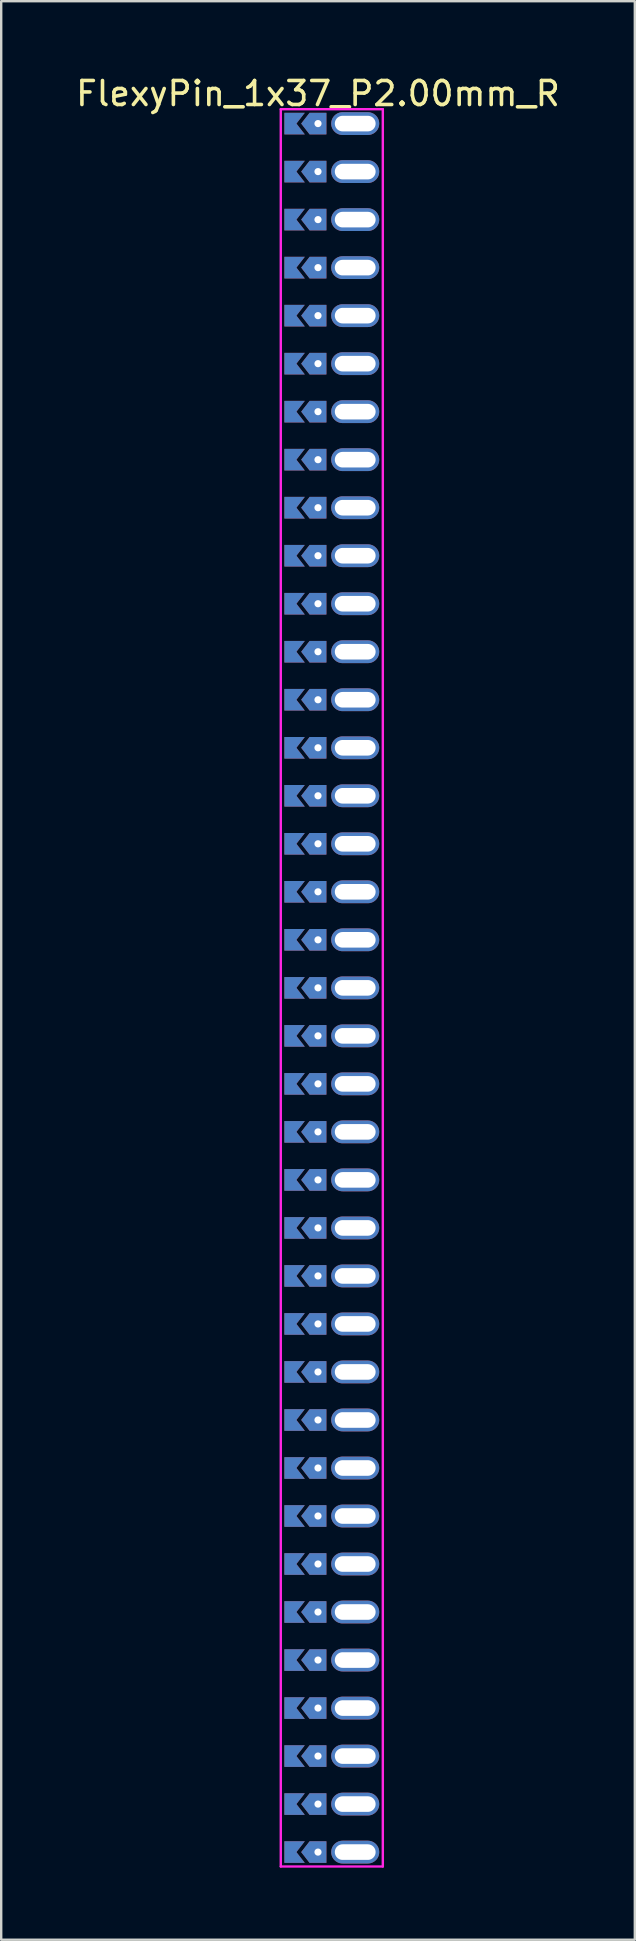
<source format=kicad_pcb>
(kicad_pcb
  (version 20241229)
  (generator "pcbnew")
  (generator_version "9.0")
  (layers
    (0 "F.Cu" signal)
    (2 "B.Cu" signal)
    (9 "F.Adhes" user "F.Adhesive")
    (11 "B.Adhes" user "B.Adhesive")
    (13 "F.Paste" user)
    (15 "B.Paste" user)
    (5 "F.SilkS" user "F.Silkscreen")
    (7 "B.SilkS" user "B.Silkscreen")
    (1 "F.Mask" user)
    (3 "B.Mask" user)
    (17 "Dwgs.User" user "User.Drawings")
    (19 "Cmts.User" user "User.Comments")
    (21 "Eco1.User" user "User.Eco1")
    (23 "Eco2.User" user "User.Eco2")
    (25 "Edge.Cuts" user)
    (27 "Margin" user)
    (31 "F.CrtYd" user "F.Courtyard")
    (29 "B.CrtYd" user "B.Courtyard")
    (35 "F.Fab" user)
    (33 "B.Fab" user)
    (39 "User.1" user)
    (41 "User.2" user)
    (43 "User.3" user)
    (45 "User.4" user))
  (footprint "FlexyPin_1x37_P2.00mm_R"
    (layer "F.Cu")
    (at 10.196 2.098)
    (property "Reference" "FlexyPin_1x37_P2.00mm_R" (at 0 -1.25 0) (layer "F.SilkS") (effects (font (size 1 1) (thickness 0.15))))
    (attr through_hole)
    (fp_line (start -1.55 -0.6) (end 2.7 -0.6) (stroke (width 0.1) (type solid)) (layer "F.CrtYd"))
    (fp_line (start -1.55 72.6) (end -1.55 -0.6) (stroke (width 0.1) (type solid)) (layer "F.CrtYd"))
    (fp_line (start 2.7 -0.6) (end 2.7 72.6) (stroke (width 0.1) (type solid)) (layer "F.CrtYd"))
    (fp_line (start 2.7 72.6) (end -1.55 72.6) (stroke (width 0.1) (type solid)) (layer "F.CrtYd"))
    (pad "" thru_hole custom (at 0 0) (size 0.3 0.3) (drill 0.6) (layers "*.Cu" "*.Mask") (options (anchor rect)) (primitives (gr_poly (pts (xy 0.35 0.45) (xy 0.35 -0.45) (xy -0.35 -0.45) (xy -0.7 0) (xy -0.35 0.45)) (width 0) (fill yes))))
    (pad "" thru_hole custom (at 0 2) (size 0.3 0.3) (drill 0.6) (layers "*.Cu" "*.Mask") (options (anchor rect)) (primitives (gr_poly (pts (xy 0.35 0.45) (xy 0.35 -0.45) (xy -0.35 -0.45) (xy -0.7 0) (xy -0.35 0.45)) (width 0) (fill yes))))
    (pad "" thru_hole custom (at 0 4) (size 0.3 0.3) (drill 0.6) (layers "*.Cu" "*.Mask") (options (anchor rect)) (primitives (gr_poly (pts (xy 0.35 0.45) (xy 0.35 -0.45) (xy -0.35 -0.45) (xy -0.7 0) (xy -0.35 0.45)) (width 0) (fill yes))))
    (pad "" thru_hole custom (at 0 6) (size 0.3 0.3) (drill 0.6) (layers "*.Cu" "*.Mask") (options (anchor rect)) (primitives (gr_poly (pts (xy 0.35 0.45) (xy 0.35 -0.45) (xy -0.35 -0.45) (xy -0.7 0) (xy -0.35 0.45)) (width 0) (fill yes))))
    (pad "" thru_hole custom (at 0 8) (size 0.3 0.3) (drill 0.6) (layers "*.Cu" "*.Mask") (options (anchor rect)) (primitives (gr_poly (pts (xy 0.35 0.45) (xy 0.35 -0.45) (xy -0.35 -0.45) (xy -0.7 0) (xy -0.35 0.45)) (width 0) (fill yes))))
    (pad "" thru_hole custom (at 0 10) (size 0.3 0.3) (drill 0.6) (layers "*.Cu" "*.Mask") (options (anchor rect)) (primitives (gr_poly (pts (xy 0.35 0.45) (xy 0.35 -0.45) (xy -0.35 -0.45) (xy -0.7 0) (xy -0.35 0.45)) (width 0) (fill yes))))
    (pad "" thru_hole custom (at 0 12) (size 0.3 0.3) (drill 0.6) (layers "*.Cu" "*.Mask") (options (anchor rect)) (primitives (gr_poly (pts (xy 0.35 0.45) (xy 0.35 -0.45) (xy -0.35 -0.45) (xy -0.7 0) (xy -0.35 0.45)) (width 0) (fill yes))))
    (pad "" thru_hole custom (at 0 14) (size 0.3 0.3) (drill 0.6) (layers "*.Cu" "*.Mask") (options (anchor rect)) (primitives (gr_poly (pts (xy 0.35 0.45) (xy 0.35 -0.45) (xy -0.35 -0.45) (xy -0.7 0) (xy -0.35 0.45)) (width 0) (fill yes))))
    (pad "" thru_hole custom (at 0 16) (size 0.3 0.3) (drill 0.6) (layers "*.Cu" "*.Mask") (options (anchor rect)) (primitives (gr_poly (pts (xy 0.35 0.45) (xy 0.35 -0.45) (xy -0.35 -0.45) (xy -0.7 0) (xy -0.35 0.45)) (width 0) (fill yes))))
    (pad "" thru_hole custom (at 0 18) (size 0.3 0.3) (drill 0.6) (layers "*.Cu" "*.Mask") (options (anchor rect)) (primitives (gr_poly (pts (xy 0.35 0.45) (xy 0.35 -0.45) (xy -0.35 -0.45) (xy -0.7 0) (xy -0.35 0.45)) (width 0) (fill yes))))
    (pad "" thru_hole custom (at 0 20) (size 0.3 0.3) (drill 0.6) (layers "*.Cu" "*.Mask") (options (anchor rect)) (primitives (gr_poly (pts (xy 0.35 0.45) (xy 0.35 -0.45) (xy -0.35 -0.45) (xy -0.7 0) (xy -0.35 0.45)) (width 0) (fill yes))))
    (pad "" thru_hole custom (at 0 22) (size 0.3 0.3) (drill 0.6) (layers "*.Cu" "*.Mask") (options (anchor rect)) (primitives (gr_poly (pts (xy 0.35 0.45) (xy 0.35 -0.45) (xy -0.35 -0.45) (xy -0.7 0) (xy -0.35 0.45)) (width 0) (fill yes))))
    (pad "" thru_hole custom (at 0 24) (size 0.3 0.3) (drill 0.6) (layers "*.Cu" "*.Mask") (options (anchor rect)) (primitives (gr_poly (pts (xy 0.35 0.45) (xy 0.35 -0.45) (xy -0.35 -0.45) (xy -0.7 0) (xy -0.35 0.45)) (width 0) (fill yes))))
    (pad "" thru_hole custom (at 0 26) (size 0.3 0.3) (drill 0.6) (layers "*.Cu" "*.Mask") (options (anchor rect)) (primitives (gr_poly (pts (xy 0.35 0.45) (xy 0.35 -0.45) (xy -0.35 -0.45) (xy -0.7 0) (xy -0.35 0.45)) (width 0) (fill yes))))
    (pad "" thru_hole custom (at 0 28) (size 0.3 0.3) (drill 0.6) (layers "*.Cu" "*.Mask") (options (anchor rect)) (primitives (gr_poly (pts (xy 0.35 0.45) (xy 0.35 -0.45) (xy -0.35 -0.45) (xy -0.7 0) (xy -0.35 0.45)) (width 0) (fill yes))))
    (pad "" thru_hole custom (at 0 30) (size 0.3 0.3) (drill 0.6) (layers "*.Cu" "*.Mask") (options (anchor rect)) (primitives (gr_poly (pts (xy 0.35 0.45) (xy 0.35 -0.45) (xy -0.35 -0.45) (xy -0.7 0) (xy -0.35 0.45)) (width 0) (fill yes))))
    (pad "" thru_hole custom (at 0 32) (size 0.3 0.3) (drill 0.6) (layers "*.Cu" "*.Mask") (options (anchor rect)) (primitives (gr_poly (pts (xy 0.35 0.45) (xy 0.35 -0.45) (xy -0.35 -0.45) (xy -0.7 0) (xy -0.35 0.45)) (width 0) (fill yes))))
    (pad "" thru_hole custom (at 0 34) (size 0.3 0.3) (drill 0.6) (layers "*.Cu" "*.Mask") (options (anchor rect)) (primitives (gr_poly (pts (xy 0.35 0.45) (xy 0.35 -0.45) (xy -0.35 -0.45) (xy -0.7 0) (xy -0.35 0.45)) (width 0) (fill yes))))
    (pad "" thru_hole custom (at 0 36) (size 0.3 0.3) (drill 0.6) (layers "*.Cu" "*.Mask") (options (anchor rect)) (primitives (gr_poly (pts (xy 0.35 0.45) (xy 0.35 -0.45) (xy -0.35 -0.45) (xy -0.7 0) (xy -0.35 0.45)) (width 0) (fill yes))))
    (pad "" thru_hole custom (at 0 38) (size 0.3 0.3) (drill 0.6) (layers "*.Cu" "*.Mask") (options (anchor rect)) (primitives (gr_poly (pts (xy 0.35 0.45) (xy 0.35 -0.45) (xy -0.35 -0.45) (xy -0.7 0) (xy -0.35 0.45)) (width 0) (fill yes))))
    (pad "" thru_hole custom (at 0 40) (size 0.3 0.3) (drill 0.6) (layers "*.Cu" "*.Mask") (options (anchor rect)) (primitives (gr_poly (pts (xy 0.35 0.45) (xy 0.35 -0.45) (xy -0.35 -0.45) (xy -0.7 0) (xy -0.35 0.45)) (width 0) (fill yes))))
    (pad "" thru_hole custom (at 0 42) (size 0.3 0.3) (drill 0.6) (layers "*.Cu" "*.Mask") (options (anchor rect)) (primitives (gr_poly (pts (xy 0.35 0.45) (xy 0.35 -0.45) (xy -0.35 -0.45) (xy -0.7 0) (xy -0.35 0.45)) (width 0) (fill yes))))
    (pad "" thru_hole custom (at 0 44) (size 0.3 0.3) (drill 0.6) (layers "*.Cu" "*.Mask") (options (anchor rect)) (primitives (gr_poly (pts (xy 0.35 0.45) (xy 0.35 -0.45) (xy -0.35 -0.45) (xy -0.7 0) (xy -0.35 0.45)) (width 0) (fill yes))))
    (pad "" thru_hole custom (at 0 46) (size 0.3 0.3) (drill 0.6) (layers "*.Cu" "*.Mask") (options (anchor rect)) (primitives (gr_poly (pts (xy 0.35 0.45) (xy 0.35 -0.45) (xy -0.35 -0.45) (xy -0.7 0) (xy -0.35 0.45)) (width 0) (fill yes))))
    (pad "" thru_hole custom (at 0 48) (size 0.3 0.3) (drill 0.6) (layers "*.Cu" "*.Mask") (options (anchor rect)) (primitives (gr_poly (pts (xy 0.35 0.45) (xy 0.35 -0.45) (xy -0.35 -0.45) (xy -0.7 0) (xy -0.35 0.45)) (width 0) (fill yes))))
    (pad "" thru_hole custom (at 0 50) (size 0.3 0.3) (drill 0.6) (layers "*.Cu" "*.Mask") (options (anchor rect)) (primitives (gr_poly (pts (xy 0.35 0.45) (xy 0.35 -0.45) (xy -0.35 -0.45) (xy -0.7 0) (xy -0.35 0.45)) (width 0) (fill yes))))
    (pad "" thru_hole custom (at 0 52) (size 0.3 0.3) (drill 0.6) (layers "*.Cu" "*.Mask") (options (anchor rect)) (primitives (gr_poly (pts (xy 0.35 0.45) (xy 0.35 -0.45) (xy -0.35 -0.45) (xy -0.7 0) (xy -0.35 0.45)) (width 0) (fill yes))))
    (pad "" thru_hole custom (at 0 54) (size 0.3 0.3) (drill 0.6) (layers "*.Cu" "*.Mask") (options (anchor rect)) (primitives (gr_poly (pts (xy 0.35 0.45) (xy 0.35 -0.45) (xy -0.35 -0.45) (xy -0.7 0) (xy -0.35 0.45)) (width 0) (fill yes))))
    (pad "" thru_hole custom (at 0 56) (size 0.3 0.3) (drill 0.6) (layers "*.Cu" "*.Mask") (options (anchor rect)) (primitives (gr_poly (pts (xy 0.35 0.45) (xy 0.35 -0.45) (xy -0.35 -0.45) (xy -0.7 0) (xy -0.35 0.45)) (width 0) (fill yes))))
    (pad "" thru_hole custom (at 0 58) (size 0.3 0.3) (drill 0.6) (layers "*.Cu" "*.Mask") (options (anchor rect)) (primitives (gr_poly (pts (xy 0.35 0.45) (xy 0.35 -0.45) (xy -0.35 -0.45) (xy -0.7 0) (xy -0.35 0.45)) (width 0) (fill yes))))
    (pad "" thru_hole custom (at 0 60) (size 0.3 0.3) (drill 0.6) (layers "*.Cu" "*.Mask") (options (anchor rect)) (primitives (gr_poly (pts (xy 0.35 0.45) (xy 0.35 -0.45) (xy -0.35 -0.45) (xy -0.7 0) (xy -0.35 0.45)) (width 0) (fill yes))))
    (pad "" thru_hole custom (at 0 62) (size 0.3 0.3) (drill 0.6) (layers "*.Cu" "*.Mask") (options (anchor rect)) (primitives (gr_poly (pts (xy 0.35 0.45) (xy 0.35 -0.45) (xy -0.35 -0.45) (xy -0.7 0) (xy -0.35 0.45)) (width 0) (fill yes))))
    (pad "" thru_hole custom (at 0 64) (size 0.3 0.3) (drill 0.6) (layers "*.Cu" "*.Mask") (options (anchor rect)) (primitives (gr_poly (pts (xy 0.35 0.45) (xy 0.35 -0.45) (xy -0.35 -0.45) (xy -0.7 0) (xy -0.35 0.45)) (width 0) (fill yes))))
    (pad "" thru_hole custom (at 0 66) (size 0.3 0.3) (drill 0.6) (layers "*.Cu" "*.Mask") (options (anchor rect)) (primitives (gr_poly (pts (xy 0.35 0.45) (xy 0.35 -0.45) (xy -0.35 -0.45) (xy -0.7 0) (xy -0.35 0.45)) (width 0) (fill yes))))
    (pad "" thru_hole custom (at 0 68) (size 0.3 0.3) (drill 0.6) (layers "*.Cu" "*.Mask") (options (anchor rect)) (primitives (gr_poly (pts (xy 0.35 0.45) (xy 0.35 -0.45) (xy -0.35 -0.45) (xy -0.7 0) (xy -0.35 0.45)) (width 0) (fill yes))))
    (pad "" thru_hole custom (at 0 70) (size 0.3 0.3) (drill 0.6) (layers "*.Cu" "*.Mask") (options (anchor rect)) (primitives (gr_poly (pts (xy 0.35 0.45) (xy 0.35 -0.45) (xy -0.35 -0.45) (xy -0.7 0) (xy -0.35 0.45)) (width 0) (fill yes))))
    (pad "" thru_hole custom (at 0 72) (size 0.3 0.3) (drill 0.6) (layers "*.Cu" "*.Mask") (options (anchor rect)) (primitives (gr_poly (pts (xy 0.35 0.45) (xy 0.35 -0.45) (xy -0.35 -0.45) (xy -0.7 0) (xy -0.35 0.45)) (width 0) (fill yes))))
    (pad "" thru_hole oval (at 1.55 0) (size 2 0.95) (drill oval 1.7 0.65) (layers "*.Cu" "*.Mask"))
    (pad "" thru_hole oval (at 1.55 2) (size 2 0.95) (drill oval 1.7 0.65) (layers "*.Cu" "*.Mask"))
    (pad "" thru_hole oval (at 1.55 4) (size 2 0.95) (drill oval 1.7 0.65) (layers "*.Cu" "*.Mask"))
    (pad "" thru_hole oval (at 1.55 6) (size 2 0.95) (drill oval 1.7 0.65) (layers "*.Cu" "*.Mask"))
    (pad "" thru_hole oval (at 1.55 8) (size 2 0.95) (drill oval 1.7 0.65) (layers "*.Cu" "*.Mask"))
    (pad "" thru_hole oval (at 1.55 10) (size 2 0.95) (drill oval 1.7 0.65) (layers "*.Cu" "*.Mask"))
    (pad "" thru_hole oval (at 1.55 12) (size 2 0.95) (drill oval 1.7 0.65) (layers "*.Cu" "*.Mask"))
    (pad "" thru_hole oval (at 1.55 14) (size 2 0.95) (drill oval 1.7 0.65) (layers "*.Cu" "*.Mask"))
    (pad "" thru_hole oval (at 1.55 16) (size 2 0.95) (drill oval 1.7 0.65) (layers "*.Cu" "*.Mask"))
    (pad "" thru_hole oval (at 1.55 18) (size 2 0.95) (drill oval 1.7 0.65) (layers "*.Cu" "*.Mask"))
    (pad "" thru_hole oval (at 1.55 20) (size 2 0.95) (drill oval 1.7 0.65) (layers "*.Cu" "*.Mask"))
    (pad "" thru_hole oval (at 1.55 22) (size 2 0.95) (drill oval 1.7 0.65) (layers "*.Cu" "*.Mask"))
    (pad "" thru_hole oval (at 1.55 24) (size 2 0.95) (drill oval 1.7 0.65) (layers "*.Cu" "*.Mask"))
    (pad "" thru_hole oval (at 1.55 26) (size 2 0.95) (drill oval 1.7 0.65) (layers "*.Cu" "*.Mask"))
    (pad "" thru_hole oval (at 1.55 28) (size 2 0.95) (drill oval 1.7 0.65) (layers "*.Cu" "*.Mask"))
    (pad "" thru_hole oval (at 1.55 30) (size 2 0.95) (drill oval 1.7 0.65) (layers "*.Cu" "*.Mask"))
    (pad "" thru_hole oval (at 1.55 32) (size 2 0.95) (drill oval 1.7 0.65) (layers "*.Cu" "*.Mask"))
    (pad "" thru_hole oval (at 1.55 34) (size 2 0.95) (drill oval 1.7 0.65) (layers "*.Cu" "*.Mask"))
    (pad "" thru_hole oval (at 1.55 36) (size 2 0.95) (drill oval 1.7 0.65) (layers "*.Cu" "*.Mask"))
    (pad "" thru_hole oval (at 1.55 38) (size 2 0.95) (drill oval 1.7 0.65) (layers "*.Cu" "*.Mask"))
    (pad "" thru_hole oval (at 1.55 40) (size 2 0.95) (drill oval 1.7 0.65) (layers "*.Cu" "*.Mask"))
    (pad "" thru_hole oval (at 1.55 42) (size 2 0.95) (drill oval 1.7 0.65) (layers "*.Cu" "*.Mask"))
    (pad "" thru_hole oval (at 1.55 44) (size 2 0.95) (drill oval 1.7 0.65) (layers "*.Cu" "*.Mask"))
    (pad "" thru_hole oval (at 1.55 46) (size 2 0.95) (drill oval 1.7 0.65) (layers "*.Cu" "*.Mask"))
    (pad "" thru_hole oval (at 1.55 48) (size 2 0.95) (drill oval 1.7 0.65) (layers "*.Cu" "*.Mask"))
    (pad "" thru_hole oval (at 1.55 50) (size 2 0.95) (drill oval 1.7 0.65) (layers "*.Cu" "*.Mask"))
    (pad "" thru_hole oval (at 1.55 52) (size 2 0.95) (drill oval 1.7 0.65) (layers "*.Cu" "*.Mask"))
    (pad "" thru_hole oval (at 1.55 54) (size 2 0.95) (drill oval 1.7 0.65) (layers "*.Cu" "*.Mask"))
    (pad "" thru_hole oval (at 1.55 56) (size 2 0.95) (drill oval 1.7 0.65) (layers "*.Cu" "*.Mask"))
    (pad "" thru_hole oval (at 1.55 58) (size 2 0.95) (drill oval 1.7 0.65) (layers "*.Cu" "*.Mask"))
    (pad "" thru_hole oval (at 1.55 60) (size 2 0.95) (drill oval 1.7 0.65) (layers "*.Cu" "*.Mask"))
    (pad "" thru_hole oval (at 1.55 62) (size 2 0.95) (drill oval 1.7 0.65) (layers "*.Cu" "*.Mask"))
    (pad "" thru_hole oval (at 1.55 64) (size 2 0.95) (drill oval 1.7 0.65) (layers "*.Cu" "*.Mask"))
    (pad "" thru_hole oval (at 1.55 66) (size 2 0.95) (drill oval 1.7 0.65) (layers "*.Cu" "*.Mask"))
    (pad "" thru_hole oval (at 1.55 68) (size 2 0.95) (drill oval 1.7 0.65) (layers "*.Cu" "*.Mask"))
    (pad "" thru_hole oval (at 1.55 70) (size 2 0.95) (drill oval 1.7 0.65) (layers "*.Cu" "*.Mask"))
    (pad "" thru_hole oval (at 1.55 72) (size 2 0.95) (drill oval 1.7 0.65) (layers "*.Cu" "*.Mask"))
    (pad "1" smd custom (at -0.9 0) (size 0.01 0.01) (layers "F.Cu" "F.Mask") (options (anchor rect)) (primitives (gr_poly (pts (xy 0 0) (xy 0.35 0.45) (xy -0.5 0.45) (xy -0.5 -0.45) (xy 0.35 -0.45)) (width 0) (fill yes))))
    (pad "1" smd custom (at -0.9 2) (size 0.01 0.01) (layers "F.Cu" "F.Mask") (options (anchor rect)) (primitives (gr_poly (pts (xy 0 0) (xy 0.35 0.45) (xy -0.5 0.45) (xy -0.5 -0.45) (xy 0.35 -0.45)) (width 0) (fill yes))))
    (pad "1" smd custom (at -0.9 4) (size 0.01 0.01) (layers "F.Cu" "F.Mask") (options (anchor rect)) (primitives (gr_poly (pts (xy 0 0) (xy 0.35 0.45) (xy -0.5 0.45) (xy -0.5 -0.45) (xy 0.35 -0.45)) (width 0) (fill yes))))
    (pad "1" smd custom (at -0.9 6) (size 0.01 0.01) (layers "F.Cu" "F.Mask") (options (anchor rect)) (primitives (gr_poly (pts (xy 0 0) (xy 0.35 0.45) (xy -0.5 0.45) (xy -0.5 -0.45) (xy 0.35 -0.45)) (width 0) (fill yes))))
    (pad "1" smd custom (at -0.9 8) (size 0.01 0.01) (layers "F.Cu" "F.Mask") (options (anchor rect)) (primitives (gr_poly (pts (xy 0 0) (xy 0.35 0.45) (xy -0.5 0.45) (xy -0.5 -0.45) (xy 0.35 -0.45)) (width 0) (fill yes))))
    (pad "1" smd custom (at -0.9 10) (size 0.01 0.01) (layers "F.Cu" "F.Mask") (options (anchor rect)) (primitives (gr_poly (pts (xy 0 0) (xy 0.35 0.45) (xy -0.5 0.45) (xy -0.5 -0.45) (xy 0.35 -0.45)) (width 0) (fill yes))))
    (pad "1" smd custom (at -0.9 12) (size 0.01 0.01) (layers "F.Cu" "F.Mask") (options (anchor rect)) (primitives (gr_poly (pts (xy 0 0) (xy 0.35 0.45) (xy -0.5 0.45) (xy -0.5 -0.45) (xy 0.35 -0.45)) (width 0) (fill yes))))
    (pad "1" smd custom (at -0.9 14) (size 0.01 0.01) (layers "F.Cu" "F.Mask") (options (anchor rect)) (primitives (gr_poly (pts (xy 0 0) (xy 0.35 0.45) (xy -0.5 0.45) (xy -0.5 -0.45) (xy 0.35 -0.45)) (width 0) (fill yes))))
    (pad "1" smd custom (at -0.9 16) (size 0.01 0.01) (layers "F.Cu" "F.Mask") (options (anchor rect)) (primitives (gr_poly (pts (xy 0 0) (xy 0.35 0.45) (xy -0.5 0.45) (xy -0.5 -0.45) (xy 0.35 -0.45)) (width 0) (fill yes))))
    (pad "1" smd custom (at -0.9 18) (size 0.01 0.01) (layers "F.Cu" "F.Mask") (options (anchor rect)) (primitives (gr_poly (pts (xy 0 0) (xy 0.35 0.45) (xy -0.5 0.45) (xy -0.5 -0.45) (xy 0.35 -0.45)) (width 0) (fill yes))))
    (pad "1" smd custom (at -0.9 20) (size 0.01 0.01) (layers "F.Cu" "F.Mask") (options (anchor rect)) (primitives (gr_poly (pts (xy 0 0) (xy 0.35 0.45) (xy -0.5 0.45) (xy -0.5 -0.45) (xy 0.35 -0.45)) (width 0) (fill yes))))
    (pad "1" smd custom (at -0.9 22) (size 0.01 0.01) (layers "F.Cu" "F.Mask") (options (anchor rect)) (primitives (gr_poly (pts (xy 0 0) (xy 0.35 0.45) (xy -0.5 0.45) (xy -0.5 -0.45) (xy 0.35 -0.45)) (width 0) (fill yes))))
    (pad "1" smd custom (at -0.9 24) (size 0.01 0.01) (layers "F.Cu" "F.Mask") (options (anchor rect)) (primitives (gr_poly (pts (xy 0 0) (xy 0.35 0.45) (xy -0.5 0.45) (xy -0.5 -0.45) (xy 0.35 -0.45)) (width 0) (fill yes))))
    (pad "1" smd custom (at -0.9 26) (size 0.01 0.01) (layers "F.Cu" "F.Mask") (options (anchor rect)) (primitives (gr_poly (pts (xy 0 0) (xy 0.35 0.45) (xy -0.5 0.45) (xy -0.5 -0.45) (xy 0.35 -0.45)) (width 0) (fill yes))))
    (pad "1" smd custom (at -0.9 28) (size 0.01 0.01) (layers "F.Cu" "F.Mask") (options (anchor rect)) (primitives (gr_poly (pts (xy 0 0) (xy 0.35 0.45) (xy -0.5 0.45) (xy -0.5 -0.45) (xy 0.35 -0.45)) (width 0) (fill yes))))
    (pad "1" smd custom (at -0.9 30) (size 0.01 0.01) (layers "F.Cu" "F.Mask") (options (anchor rect)) (primitives (gr_poly (pts (xy 0 0) (xy 0.35 0.45) (xy -0.5 0.45) (xy -0.5 -0.45) (xy 0.35 -0.45)) (width 0) (fill yes))))
    (pad "1" smd custom (at -0.9 32) (size 0.01 0.01) (layers "F.Cu" "F.Mask") (options (anchor rect)) (primitives (gr_poly (pts (xy 0 0) (xy 0.35 0.45) (xy -0.5 0.45) (xy -0.5 -0.45) (xy 0.35 -0.45)) (width 0) (fill yes))))
    (pad "1" smd custom (at -0.9 34) (size 0.01 0.01) (layers "F.Cu" "F.Mask") (options (anchor rect)) (primitives (gr_poly (pts (xy 0 0) (xy 0.35 0.45) (xy -0.5 0.45) (xy -0.5 -0.45) (xy 0.35 -0.45)) (width 0) (fill yes))))
    (pad "1" smd custom (at -0.9 36) (size 0.01 0.01) (layers "F.Cu" "F.Mask") (options (anchor rect)) (primitives (gr_poly (pts (xy 0 0) (xy 0.35 0.45) (xy -0.5 0.45) (xy -0.5 -0.45) (xy 0.35 -0.45)) (width 0) (fill yes))))
    (pad "1" smd custom (at -0.9 38) (size 0.01 0.01) (layers "F.Cu" "F.Mask") (options (anchor rect)) (primitives (gr_poly (pts (xy 0 0) (xy 0.35 0.45) (xy -0.5 0.45) (xy -0.5 -0.45) (xy 0.35 -0.45)) (width 0) (fill yes))))
    (pad "1" smd custom (at -0.9 40) (size 0.01 0.01) (layers "F.Cu" "F.Mask") (options (anchor rect)) (primitives (gr_poly (pts (xy 0 0) (xy 0.35 0.45) (xy -0.5 0.45) (xy -0.5 -0.45) (xy 0.35 -0.45)) (width 0) (fill yes))))
    (pad "1" smd custom (at -0.9 42) (size 0.01 0.01) (layers "F.Cu" "F.Mask") (options (anchor rect)) (primitives (gr_poly (pts (xy 0 0) (xy 0.35 0.45) (xy -0.5 0.45) (xy -0.5 -0.45) (xy 0.35 -0.45)) (width 0) (fill yes))))
    (pad "1" smd custom (at -0.9 44) (size 0.01 0.01) (layers "F.Cu" "F.Mask") (options (anchor rect)) (primitives (gr_poly (pts (xy 0 0) (xy 0.35 0.45) (xy -0.5 0.45) (xy -0.5 -0.45) (xy 0.35 -0.45)) (width 0) (fill yes))))
    (pad "1" smd custom (at -0.9 46) (size 0.01 0.01) (layers "F.Cu" "F.Mask") (options (anchor rect)) (primitives (gr_poly (pts (xy 0 0) (xy 0.35 0.45) (xy -0.5 0.45) (xy -0.5 -0.45) (xy 0.35 -0.45)) (width 0) (fill yes))))
    (pad "1" smd custom (at -0.9 48) (size 0.01 0.01) (layers "F.Cu" "F.Mask") (options (anchor rect)) (primitives (gr_poly (pts (xy 0 0) (xy 0.35 0.45) (xy -0.5 0.45) (xy -0.5 -0.45) (xy 0.35 -0.45)) (width 0) (fill yes))))
    (pad "1" smd custom (at -0.9 50) (size 0.01 0.01) (layers "F.Cu" "F.Mask") (options (anchor rect)) (primitives (gr_poly (pts (xy 0 0) (xy 0.35 0.45) (xy -0.5 0.45) (xy -0.5 -0.45) (xy 0.35 -0.45)) (width 0) (fill yes))))
    (pad "1" smd custom (at -0.9 52) (size 0.01 0.01) (layers "F.Cu" "F.Mask") (options (anchor rect)) (primitives (gr_poly (pts (xy 0 0) (xy 0.35 0.45) (xy -0.5 0.45) (xy -0.5 -0.45) (xy 0.35 -0.45)) (width 0) (fill yes))))
    (pad "1" smd custom (at -0.9 54) (size 0.01 0.01) (layers "F.Cu" "F.Mask") (options (anchor rect)) (primitives (gr_poly (pts (xy 0 0) (xy 0.35 0.45) (xy -0.5 0.45) (xy -0.5 -0.45) (xy 0.35 -0.45)) (width 0) (fill yes))))
    (pad "1" smd custom (at -0.9 56) (size 0.01 0.01) (layers "F.Cu" "F.Mask") (options (anchor rect)) (primitives (gr_poly (pts (xy 0 0) (xy 0.35 0.45) (xy -0.5 0.45) (xy -0.5 -0.45) (xy 0.35 -0.45)) (width 0) (fill yes))))
    (pad "1" smd custom (at -0.9 58) (size 0.01 0.01) (layers "F.Cu" "F.Mask") (options (anchor rect)) (primitives (gr_poly (pts (xy 0 0) (xy 0.35 0.45) (xy -0.5 0.45) (xy -0.5 -0.45) (xy 0.35 -0.45)) (width 0) (fill yes))))
    (pad "1" smd custom (at -0.9 60) (size 0.01 0.01) (layers "F.Cu" "F.Mask") (options (anchor rect)) (primitives (gr_poly (pts (xy 0 0) (xy 0.35 0.45) (xy -0.5 0.45) (xy -0.5 -0.45) (xy 0.35 -0.45)) (width 0) (fill yes))))
    (pad "1" smd custom (at -0.9 62) (size 0.01 0.01) (layers "F.Cu" "F.Mask") (options (anchor rect)) (primitives (gr_poly (pts (xy 0 0) (xy 0.35 0.45) (xy -0.5 0.45) (xy -0.5 -0.45) (xy 0.35 -0.45)) (width 0) (fill yes))))
    (pad "1" smd custom (at -0.9 64) (size 0.01 0.01) (layers "F.Cu" "F.Mask") (options (anchor rect)) (primitives (gr_poly (pts (xy 0 0) (xy 0.35 0.45) (xy -0.5 0.45) (xy -0.5 -0.45) (xy 0.35 -0.45)) (width 0) (fill yes))))
    (pad "1" smd custom (at -0.9 66) (size 0.01 0.01) (layers "F.Cu" "F.Mask") (options (anchor rect)) (primitives (gr_poly (pts (xy 0 0) (xy 0.35 0.45) (xy -0.5 0.45) (xy -0.5 -0.45) (xy 0.35 -0.45)) (width 0) (fill yes))))
    (pad "1" smd custom (at -0.9 68) (size 0.01 0.01) (layers "F.Cu" "F.Mask") (options (anchor rect)) (primitives (gr_poly (pts (xy 0 0) (xy 0.35 0.45) (xy -0.5 0.45) (xy -0.5 -0.45) (xy 0.35 -0.45)) (width 0) (fill yes))))
    (pad "1" smd custom (at -0.9 70) (size 0.01 0.01) (layers "F.Cu" "F.Mask") (options (anchor rect)) (primitives (gr_poly (pts (xy 0 0) (xy 0.35 0.45) (xy -0.5 0.45) (xy -0.5 -0.45) (xy 0.35 -0.45)) (width 0) (fill yes))))
    (pad "1" smd custom (at -0.9 72) (size 0.01 0.01) (layers "F.Cu" "F.Mask") (options (anchor rect)) (primitives (gr_poly (pts (xy 0 0) (xy 0.35 0.45) (xy -0.5 0.45) (xy -0.5 -0.45) (xy 0.35 -0.45)) (width 0) (fill yes))))
    (pad "2" smd custom (at -0.9 0) (size 0.01 0.01) (layers "B.Cu" "B.Mask") (options (anchor rect)) (primitives (gr_poly (pts (xy 0 0) (xy 0.35 0.45) (xy -0.5 0.45) (xy -0.5 -0.45) (xy 0.35 -0.45)) (width 0) (fill yes))))
    (pad "2" smd custom (at -0.9 2) (size 0.01 0.01) (layers "B.Cu" "B.Mask") (options (anchor rect)) (primitives (gr_poly (pts (xy 0 0) (xy 0.35 0.45) (xy -0.5 0.45) (xy -0.5 -0.45) (xy 0.35 -0.45)) (width 0) (fill yes))))
    (pad "2" smd custom (at -0.9 4) (size 0.01 0.01) (layers "B.Cu" "B.Mask") (options (anchor rect)) (primitives (gr_poly (pts (xy 0 0) (xy 0.35 0.45) (xy -0.5 0.45) (xy -0.5 -0.45) (xy 0.35 -0.45)) (width 0) (fill yes))))
    (pad "2" smd custom (at -0.9 6) (size 0.01 0.01) (layers "B.Cu" "B.Mask") (options (anchor rect)) (primitives (gr_poly (pts (xy 0 0) (xy 0.35 0.45) (xy -0.5 0.45) (xy -0.5 -0.45) (xy 0.35 -0.45)) (width 0) (fill yes))))
    (pad "2" smd custom (at -0.9 8) (size 0.01 0.01) (layers "B.Cu" "B.Mask") (options (anchor rect)) (primitives (gr_poly (pts (xy 0 0) (xy 0.35 0.45) (xy -0.5 0.45) (xy -0.5 -0.45) (xy 0.35 -0.45)) (width 0) (fill yes))))
    (pad "2" smd custom (at -0.9 10) (size 0.01 0.01) (layers "B.Cu" "B.Mask") (options (anchor rect)) (primitives (gr_poly (pts (xy 0 0) (xy 0.35 0.45) (xy -0.5 0.45) (xy -0.5 -0.45) (xy 0.35 -0.45)) (width 0) (fill yes))))
    (pad "2" smd custom (at -0.9 12) (size 0.01 0.01) (layers "B.Cu" "B.Mask") (options (anchor rect)) (primitives (gr_poly (pts (xy 0 0) (xy 0.35 0.45) (xy -0.5 0.45) (xy -0.5 -0.45) (xy 0.35 -0.45)) (width 0) (fill yes))))
    (pad "2" smd custom (at -0.9 14) (size 0.01 0.01) (layers "B.Cu" "B.Mask") (options (anchor rect)) (primitives (gr_poly (pts (xy 0 0) (xy 0.35 0.45) (xy -0.5 0.45) (xy -0.5 -0.45) (xy 0.35 -0.45)) (width 0) (fill yes))))
    (pad "2" smd custom (at -0.9 16) (size 0.01 0.01) (layers "B.Cu" "B.Mask") (options (anchor rect)) (primitives (gr_poly (pts (xy 0 0) (xy 0.35 0.45) (xy -0.5 0.45) (xy -0.5 -0.45) (xy 0.35 -0.45)) (width 0) (fill yes))))
    (pad "2" smd custom (at -0.9 18) (size 0.01 0.01) (layers "B.Cu" "B.Mask") (options (anchor rect)) (primitives (gr_poly (pts (xy 0 0) (xy 0.35 0.45) (xy -0.5 0.45) (xy -0.5 -0.45) (xy 0.35 -0.45)) (width 0) (fill yes))))
    (pad "2" smd custom (at -0.9 20) (size 0.01 0.01) (layers "B.Cu" "B.Mask") (options (anchor rect)) (primitives (gr_poly (pts (xy 0 0) (xy 0.35 0.45) (xy -0.5 0.45) (xy -0.5 -0.45) (xy 0.35 -0.45)) (width 0) (fill yes))))
    (pad "2" smd custom (at -0.9 22) (size 0.01 0.01) (layers "B.Cu" "B.Mask") (options (anchor rect)) (primitives (gr_poly (pts (xy 0 0) (xy 0.35 0.45) (xy -0.5 0.45) (xy -0.5 -0.45) (xy 0.35 -0.45)) (width 0) (fill yes))))
    (pad "2" smd custom (at -0.9 24) (size 0.01 0.01) (layers "B.Cu" "B.Mask") (options (anchor rect)) (primitives (gr_poly (pts (xy 0 0) (xy 0.35 0.45) (xy -0.5 0.45) (xy -0.5 -0.45) (xy 0.35 -0.45)) (width 0) (fill yes))))
    (pad "2" smd custom (at -0.9 26) (size 0.01 0.01) (layers "B.Cu" "B.Mask") (options (anchor rect)) (primitives (gr_poly (pts (xy 0 0) (xy 0.35 0.45) (xy -0.5 0.45) (xy -0.5 -0.45) (xy 0.35 -0.45)) (width 0) (fill yes))))
    (pad "2" smd custom (at -0.9 28) (size 0.01 0.01) (layers "B.Cu" "B.Mask") (options (anchor rect)) (primitives (gr_poly (pts (xy 0 0) (xy 0.35 0.45) (xy -0.5 0.45) (xy -0.5 -0.45) (xy 0.35 -0.45)) (width 0) (fill yes))))
    (pad "2" smd custom (at -0.9 30) (size 0.01 0.01) (layers "B.Cu" "B.Mask") (options (anchor rect)) (primitives (gr_poly (pts (xy 0 0) (xy 0.35 0.45) (xy -0.5 0.45) (xy -0.5 -0.45) (xy 0.35 -0.45)) (width 0) (fill yes))))
    (pad "2" smd custom (at -0.9 32) (size 0.01 0.01) (layers "B.Cu" "B.Mask") (options (anchor rect)) (primitives (gr_poly (pts (xy 0 0) (xy 0.35 0.45) (xy -0.5 0.45) (xy -0.5 -0.45) (xy 0.35 -0.45)) (width 0) (fill yes))))
    (pad "2" smd custom (at -0.9 34) (size 0.01 0.01) (layers "B.Cu" "B.Mask") (options (anchor rect)) (primitives (gr_poly (pts (xy 0 0) (xy 0.35 0.45) (xy -0.5 0.45) (xy -0.5 -0.45) (xy 0.35 -0.45)) (width 0) (fill yes))))
    (pad "2" smd custom (at -0.9 36) (size 0.01 0.01) (layers "B.Cu" "B.Mask") (options (anchor rect)) (primitives (gr_poly (pts (xy 0 0) (xy 0.35 0.45) (xy -0.5 0.45) (xy -0.5 -0.45) (xy 0.35 -0.45)) (width 0) (fill yes))))
    (pad "2" smd custom (at -0.9 38) (size 0.01 0.01) (layers "B.Cu" "B.Mask") (options (anchor rect)) (primitives (gr_poly (pts (xy 0 0) (xy 0.35 0.45) (xy -0.5 0.45) (xy -0.5 -0.45) (xy 0.35 -0.45)) (width 0) (fill yes))))
    (pad "2" smd custom (at -0.9 40) (size 0.01 0.01) (layers "B.Cu" "B.Mask") (options (anchor rect)) (primitives (gr_poly (pts (xy 0 0) (xy 0.35 0.45) (xy -0.5 0.45) (xy -0.5 -0.45) (xy 0.35 -0.45)) (width 0) (fill yes))))
    (pad "2" smd custom (at -0.9 42) (size 0.01 0.01) (layers "B.Cu" "B.Mask") (options (anchor rect)) (primitives (gr_poly (pts (xy 0 0) (xy 0.35 0.45) (xy -0.5 0.45) (xy -0.5 -0.45) (xy 0.35 -0.45)) (width 0) (fill yes))))
    (pad "2" smd custom (at -0.9 44) (size 0.01 0.01) (layers "B.Cu" "B.Mask") (options (anchor rect)) (primitives (gr_poly (pts (xy 0 0) (xy 0.35 0.45) (xy -0.5 0.45) (xy -0.5 -0.45) (xy 0.35 -0.45)) (width 0) (fill yes))))
    (pad "2" smd custom (at -0.9 46) (size 0.01 0.01) (layers "B.Cu" "B.Mask") (options (anchor rect)) (primitives (gr_poly (pts (xy 0 0) (xy 0.35 0.45) (xy -0.5 0.45) (xy -0.5 -0.45) (xy 0.35 -0.45)) (width 0) (fill yes))))
    (pad "2" smd custom (at -0.9 48) (size 0.01 0.01) (layers "B.Cu" "B.Mask") (options (anchor rect)) (primitives (gr_poly (pts (xy 0 0) (xy 0.35 0.45) (xy -0.5 0.45) (xy -0.5 -0.45) (xy 0.35 -0.45)) (width 0) (fill yes))))
    (pad "2" smd custom (at -0.9 50) (size 0.01 0.01) (layers "B.Cu" "B.Mask") (options (anchor rect)) (primitives (gr_poly (pts (xy 0 0) (xy 0.35 0.45) (xy -0.5 0.45) (xy -0.5 -0.45) (xy 0.35 -0.45)) (width 0) (fill yes))))
    (pad "2" smd custom (at -0.9 52) (size 0.01 0.01) (layers "B.Cu" "B.Mask") (options (anchor rect)) (primitives (gr_poly (pts (xy 0 0) (xy 0.35 0.45) (xy -0.5 0.45) (xy -0.5 -0.45) (xy 0.35 -0.45)) (width 0) (fill yes))))
    (pad "2" smd custom (at -0.9 54) (size 0.01 0.01) (layers "B.Cu" "B.Mask") (options (anchor rect)) (primitives (gr_poly (pts (xy 0 0) (xy 0.35 0.45) (xy -0.5 0.45) (xy -0.5 -0.45) (xy 0.35 -0.45)) (width 0) (fill yes))))
    (pad "2" smd custom (at -0.9 56) (size 0.01 0.01) (layers "B.Cu" "B.Mask") (options (anchor rect)) (primitives (gr_poly (pts (xy 0 0) (xy 0.35 0.45) (xy -0.5 0.45) (xy -0.5 -0.45) (xy 0.35 -0.45)) (width 0) (fill yes))))
    (pad "2" smd custom (at -0.9 58) (size 0.01 0.01) (layers "B.Cu" "B.Mask") (options (anchor rect)) (primitives (gr_poly (pts (xy 0 0) (xy 0.35 0.45) (xy -0.5 0.45) (xy -0.5 -0.45) (xy 0.35 -0.45)) (width 0) (fill yes))))
    (pad "2" smd custom (at -0.9 60) (size 0.01 0.01) (layers "B.Cu" "B.Mask") (options (anchor rect)) (primitives (gr_poly (pts (xy 0 0) (xy 0.35 0.45) (xy -0.5 0.45) (xy -0.5 -0.45) (xy 0.35 -0.45)) (width 0) (fill yes))))
    (pad "2" smd custom (at -0.9 62) (size 0.01 0.01) (layers "B.Cu" "B.Mask") (options (anchor rect)) (primitives (gr_poly (pts (xy 0 0) (xy 0.35 0.45) (xy -0.5 0.45) (xy -0.5 -0.45) (xy 0.35 -0.45)) (width 0) (fill yes))))
    (pad "2" smd custom (at -0.9 64) (size 0.01 0.01) (layers "B.Cu" "B.Mask") (options (anchor rect)) (primitives (gr_poly (pts (xy 0 0) (xy 0.35 0.45) (xy -0.5 0.45) (xy -0.5 -0.45) (xy 0.35 -0.45)) (width 0) (fill yes))))
    (pad "2" smd custom (at -0.9 66) (size 0.01 0.01) (layers "B.Cu" "B.Mask") (options (anchor rect)) (primitives (gr_poly (pts (xy 0 0) (xy 0.35 0.45) (xy -0.5 0.45) (xy -0.5 -0.45) (xy 0.35 -0.45)) (width 0) (fill yes))))
    (pad "2" smd custom (at -0.9 68) (size 0.01 0.01) (layers "B.Cu" "B.Mask") (options (anchor rect)) (primitives (gr_poly (pts (xy 0 0) (xy 0.35 0.45) (xy -0.5 0.45) (xy -0.5 -0.45) (xy 0.35 -0.45)) (width 0) (fill yes))))
    (pad "2" smd custom (at -0.9 70) (size 0.01 0.01) (layers "B.Cu" "B.Mask") (options (anchor rect)) (primitives (gr_poly (pts (xy 0 0) (xy 0.35 0.45) (xy -0.5 0.45) (xy -0.5 -0.45) (xy 0.35 -0.45)) (width 0) (fill yes))))
    (pad "2" smd custom (at -0.9 72) (size 0.01 0.01) (layers "B.Cu" "B.Mask") (options (anchor rect)) (primitives (gr_poly (pts (xy 0 0) (xy 0.35 0.45) (xy -0.5 0.45) (xy -0.5 -0.45) (xy 0.35 -0.45)) (width 0) (fill yes)))))
  (gr_rect
    (start -3 -3)
    (end 23.393 77.748)
    (stroke (width 0.1) (type default))
    (fill no)
    (layer "Edge.Cuts")))
</source>
